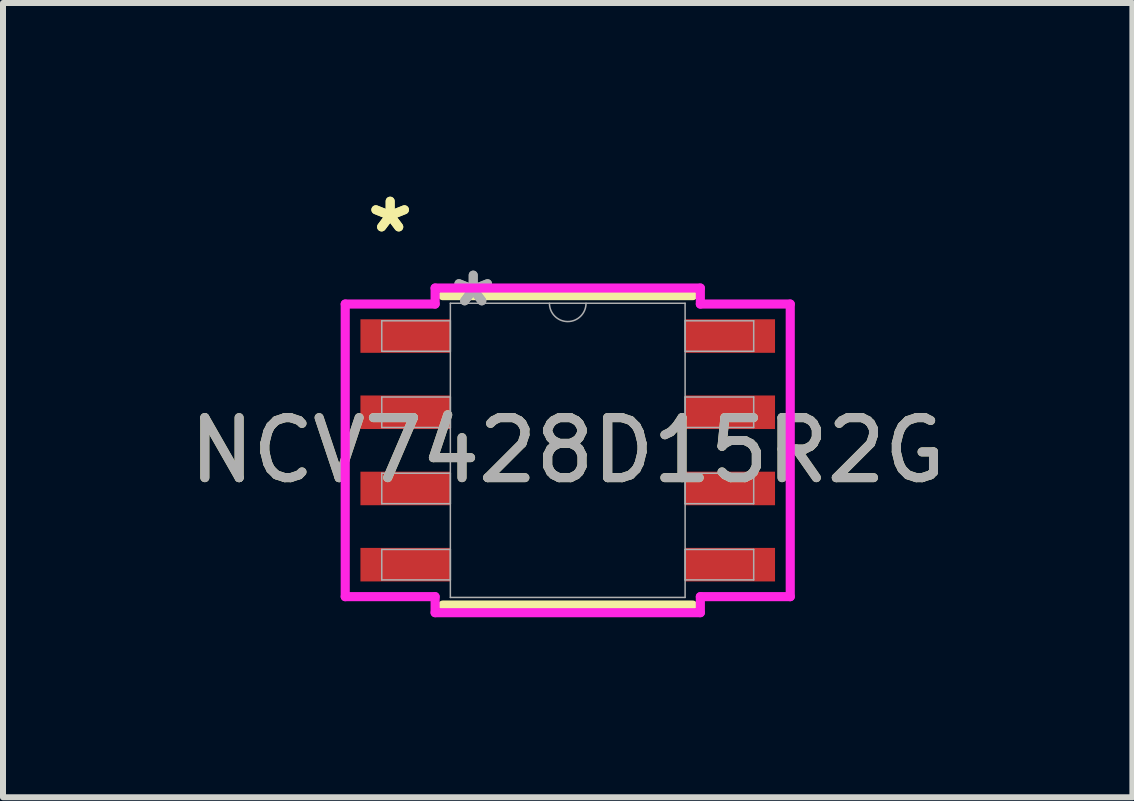
<source format=kicad_pcb>
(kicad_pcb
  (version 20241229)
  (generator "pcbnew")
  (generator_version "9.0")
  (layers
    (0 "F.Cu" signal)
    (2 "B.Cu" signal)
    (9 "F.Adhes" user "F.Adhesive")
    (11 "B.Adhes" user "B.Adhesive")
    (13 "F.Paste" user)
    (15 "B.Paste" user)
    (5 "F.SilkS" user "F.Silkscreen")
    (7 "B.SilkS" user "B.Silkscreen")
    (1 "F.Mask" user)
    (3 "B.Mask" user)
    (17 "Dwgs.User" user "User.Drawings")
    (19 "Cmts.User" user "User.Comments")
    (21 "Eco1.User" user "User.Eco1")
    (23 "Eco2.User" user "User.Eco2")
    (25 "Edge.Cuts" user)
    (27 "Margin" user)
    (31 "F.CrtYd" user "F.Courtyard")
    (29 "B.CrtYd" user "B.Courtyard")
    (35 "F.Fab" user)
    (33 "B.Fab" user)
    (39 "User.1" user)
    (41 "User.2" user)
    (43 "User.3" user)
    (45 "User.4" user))
  (footprint "NCV7428D15R2G"
    (layer "F.Cu")
    (at 6.411 4.455)
    (property "Reference" "NCV7428D15R2G" (at 0 0 0) (unlocked yes) (layer "F.SilkS") (effects (font (size 1 1) (thickness 0.15))))
    (attr smd)
    (fp_line (start -2.083 2.578) (end 2.083 2.578) (stroke (width 0.152) (type solid)) (layer "F.SilkS"))
    (fp_line (start 2.083 -2.578) (end -2.083 -2.578) (stroke (width 0.152) (type solid)) (layer "F.SilkS"))
    (fp_line (start -3.708 -2.438) (end -2.21 -2.438) (stroke (width 0.152) (type solid)) (layer "F.CrtYd"))
    (fp_line (start -3.708 2.438) (end -3.708 -2.438) (stroke (width 0.152) (type solid)) (layer "F.CrtYd"))
    (fp_line (start -3.708 2.438) (end -2.21 2.438) (stroke (width 0.152) (type solid)) (layer "F.CrtYd"))
    (fp_line (start -2.21 -2.705) (end 2.21 -2.705) (stroke (width 0.152) (type solid)) (layer "F.CrtYd"))
    (fp_line (start -2.21 -2.438) (end -2.21 -2.705) (stroke (width 0.152) (type solid)) (layer "F.CrtYd"))
    (fp_line (start -2.21 2.705) (end -2.21 2.438) (stroke (width 0.152) (type solid)) (layer "F.CrtYd"))
    (fp_line (start 2.21 -2.705) (end 2.21 -2.438) (stroke (width 0.152) (type solid)) (layer "F.CrtYd"))
    (fp_line (start 2.21 2.438) (end 2.21 2.705) (stroke (width 0.152) (type solid)) (layer "F.CrtYd"))
    (fp_line (start 2.21 2.705) (end -2.21 2.705) (stroke (width 0.152) (type solid)) (layer "F.CrtYd"))
    (fp_line (start 3.708 -2.438) (end 2.21 -2.438) (stroke (width 0.152) (type solid)) (layer "F.CrtYd"))
    (fp_line (start 3.708 -2.438) (end 3.708 2.438) (stroke (width 0.152) (type solid)) (layer "F.CrtYd"))
    (fp_line (start 3.708 2.438) (end 2.21 2.438) (stroke (width 0.152) (type solid)) (layer "F.CrtYd"))
    (fp_line (start -3.099 -2.159) (end -3.099 -1.651) (stroke (width 0.025) (type solid)) (layer "F.Fab"))
    (fp_line (start -3.099 -1.651) (end -1.956 -1.651) (stroke (width 0.025) (type solid)) (layer "F.Fab"))
    (fp_line (start -3.099 -0.889) (end -3.099 -0.381) (stroke (width 0.025) (type solid)) (layer "F.Fab"))
    (fp_line (start -3.099 -0.381) (end -1.956 -0.381) (stroke (width 0.025) (type solid)) (layer "F.Fab"))
    (fp_line (start -3.099 0.381) (end -3.099 0.889) (stroke (width 0.025) (type solid)) (layer "F.Fab"))
    (fp_line (start -3.099 0.889) (end -1.956 0.889) (stroke (width 0.025) (type solid)) (layer "F.Fab"))
    (fp_line (start -3.099 1.651) (end -3.099 2.159) (stroke (width 0.025) (type solid)) (layer "F.Fab"))
    (fp_line (start -3.099 2.159) (end -1.956 2.159) (stroke (width 0.025) (type solid)) (layer "F.Fab"))
    (fp_line (start -1.956 -2.451) (end -1.956 2.451) (stroke (width 0.025) (type solid)) (layer "F.Fab"))
    (fp_line (start -1.956 -2.159) (end -3.099 -2.159) (stroke (width 0.025) (type solid)) (layer "F.Fab"))
    (fp_line (start -1.956 -1.651) (end -1.956 -2.159) (stroke (width 0.025) (type solid)) (layer "F.Fab"))
    (fp_line (start -1.956 -0.889) (end -3.099 -0.889) (stroke (width 0.025) (type solid)) (layer "F.Fab"))
    (fp_line (start -1.956 -0.381) (end -1.956 -0.889) (stroke (width 0.025) (type solid)) (layer "F.Fab"))
    (fp_line (start -1.956 0.381) (end -3.099 0.381) (stroke (width 0.025) (type solid)) (layer "F.Fab"))
    (fp_line (start -1.956 0.889) (end -1.956 0.381) (stroke (width 0.025) (type solid)) (layer "F.Fab"))
    (fp_line (start -1.956 1.651) (end -3.099 1.651) (stroke (width 0.025) (type solid)) (layer "F.Fab"))
    (fp_line (start -1.956 2.159) (end -1.956 1.651) (stroke (width 0.025) (type solid)) (layer "F.Fab"))
    (fp_line (start -1.956 2.451) (end 1.956 2.451) (stroke (width 0.025) (type solid)) (layer "F.Fab"))
    (fp_line (start 1.956 -2.451) (end -1.956 -2.451) (stroke (width 0.025) (type solid)) (layer "F.Fab"))
    (fp_line (start 1.956 -2.159) (end 1.956 -1.651) (stroke (width 0.025) (type solid)) (layer "F.Fab"))
    (fp_line (start 1.956 -1.651) (end 3.099 -1.651) (stroke (width 0.025) (type solid)) (layer "F.Fab"))
    (fp_line (start 1.956 -0.889) (end 1.956 -0.381) (stroke (width 0.025) (type solid)) (layer "F.Fab"))
    (fp_line (start 1.956 -0.381) (end 3.099 -0.381) (stroke (width 0.025) (type solid)) (layer "F.Fab"))
    (fp_line (start 1.956 0.381) (end 1.956 0.889) (stroke (width 0.025) (type solid)) (layer "F.Fab"))
    (fp_line (start 1.956 0.889) (end 3.099 0.889) (stroke (width 0.025) (type solid)) (layer "F.Fab"))
    (fp_line (start 1.956 1.651) (end 1.956 2.159) (stroke (width 0.025) (type solid)) (layer "F.Fab"))
    (fp_line (start 1.956 2.159) (end 3.099 2.159) (stroke (width 0.025) (type solid)) (layer "F.Fab"))
    (fp_line (start 1.956 2.451) (end 1.956 -2.451) (stroke (width 0.025) (type solid)) (layer "F.Fab"))
    (fp_line (start 3.099 -2.159) (end 1.956 -2.159) (stroke (width 0.025) (type solid)) (layer "F.Fab"))
    (fp_line (start 3.099 -1.651) (end 3.099 -2.159) (stroke (width 0.025) (type solid)) (layer "F.Fab"))
    (fp_line (start 3.099 -0.889) (end 1.956 -0.889) (stroke (width 0.025) (type solid)) (layer "F.Fab"))
    (fp_line (start 3.099 -0.381) (end 3.099 -0.889) (stroke (width 0.025) (type solid)) (layer "F.Fab"))
    (fp_line (start 3.099 0.381) (end 1.956 0.381) (stroke (width 0.025) (type solid)) (layer "F.Fab"))
    (fp_line (start 3.099 0.889) (end 3.099 0.381) (stroke (width 0.025) (type solid)) (layer "F.Fab"))
    (fp_line (start 3.099 1.651) (end 1.956 1.651) (stroke (width 0.025) (type solid)) (layer "F.Fab"))
    (fp_line (start 3.099 2.159) (end 3.099 1.651) (stroke (width 0.025) (type solid)) (layer "F.Fab"))
    (fp_arc (start 0.3048 -2.4511) (mid 0 -2.1463) (end -0.3048 -2.4511) (stroke (width 0.0254) (type solid)) (layer "F.Fab"))
    (fp_text user "*" (at -2.959 -3.607 0) (unlocked yes) (layer "F.SilkS") (effects (font (size 1 1) (thickness 0.15))))
    (fp_text user "*" (at -2.959 -3.607 0) (layer "F.SilkS") (effects (font (size 1 1) (thickness 0.15))))
    (fp_text user "*" (at -1.575 -2.375 0) (layer "F.Fab") (effects (font (size 1 1) (thickness 0.15))))
    (fp_text user "${REFERENCE}" (at 0 0 0) (unlocked yes) (layer "F.Fab") (effects (font (size 1 1) (thickness 0.15))))
    (fp_text user "*" (at -1.575 -2.375 0) (unlocked yes) (layer "F.Fab") (effects (font (size 1 1) (thickness 0.15))))
    (pad "1" smd rect (at -2.705 -1.905) (size 1.499 0.559) (layers "F.Cu" "F.Mask" "F.Paste"))
    (pad "2" smd rect (at -2.705 -0.635) (size 1.499 0.559) (layers "F.Cu" "F.Mask" "F.Paste"))
    (pad "3" smd rect (at -2.705 0.635) (size 1.499 0.559) (layers "F.Cu" "F.Mask" "F.Paste"))
    (pad "4" smd rect (at -2.705 1.905) (size 1.499 0.559) (layers "F.Cu" "F.Mask" "F.Paste"))
    (pad "5" smd rect (at 2.705 1.905) (size 1.499 0.559) (layers "F.Cu" "F.Mask" "F.Paste"))
    (pad "6" smd rect (at 2.705 0.635) (size 1.499 0.559) (layers "F.Cu" "F.Mask" "F.Paste"))
    (pad "7" smd rect (at 2.705 -0.635) (size 1.499 0.559) (layers "F.Cu" "F.Mask" "F.Paste"))
    (pad "8" smd rect (at 2.705 -1.905) (size 1.499 0.559) (layers "F.Cu" "F.Mask" "F.Paste")))
  (gr_rect
    (start -3 -3)
    (end 15.821 10.236)
    (stroke (width 0.1) (type default))
    (fill no)
    (layer "Edge.Cuts")))
</source>
